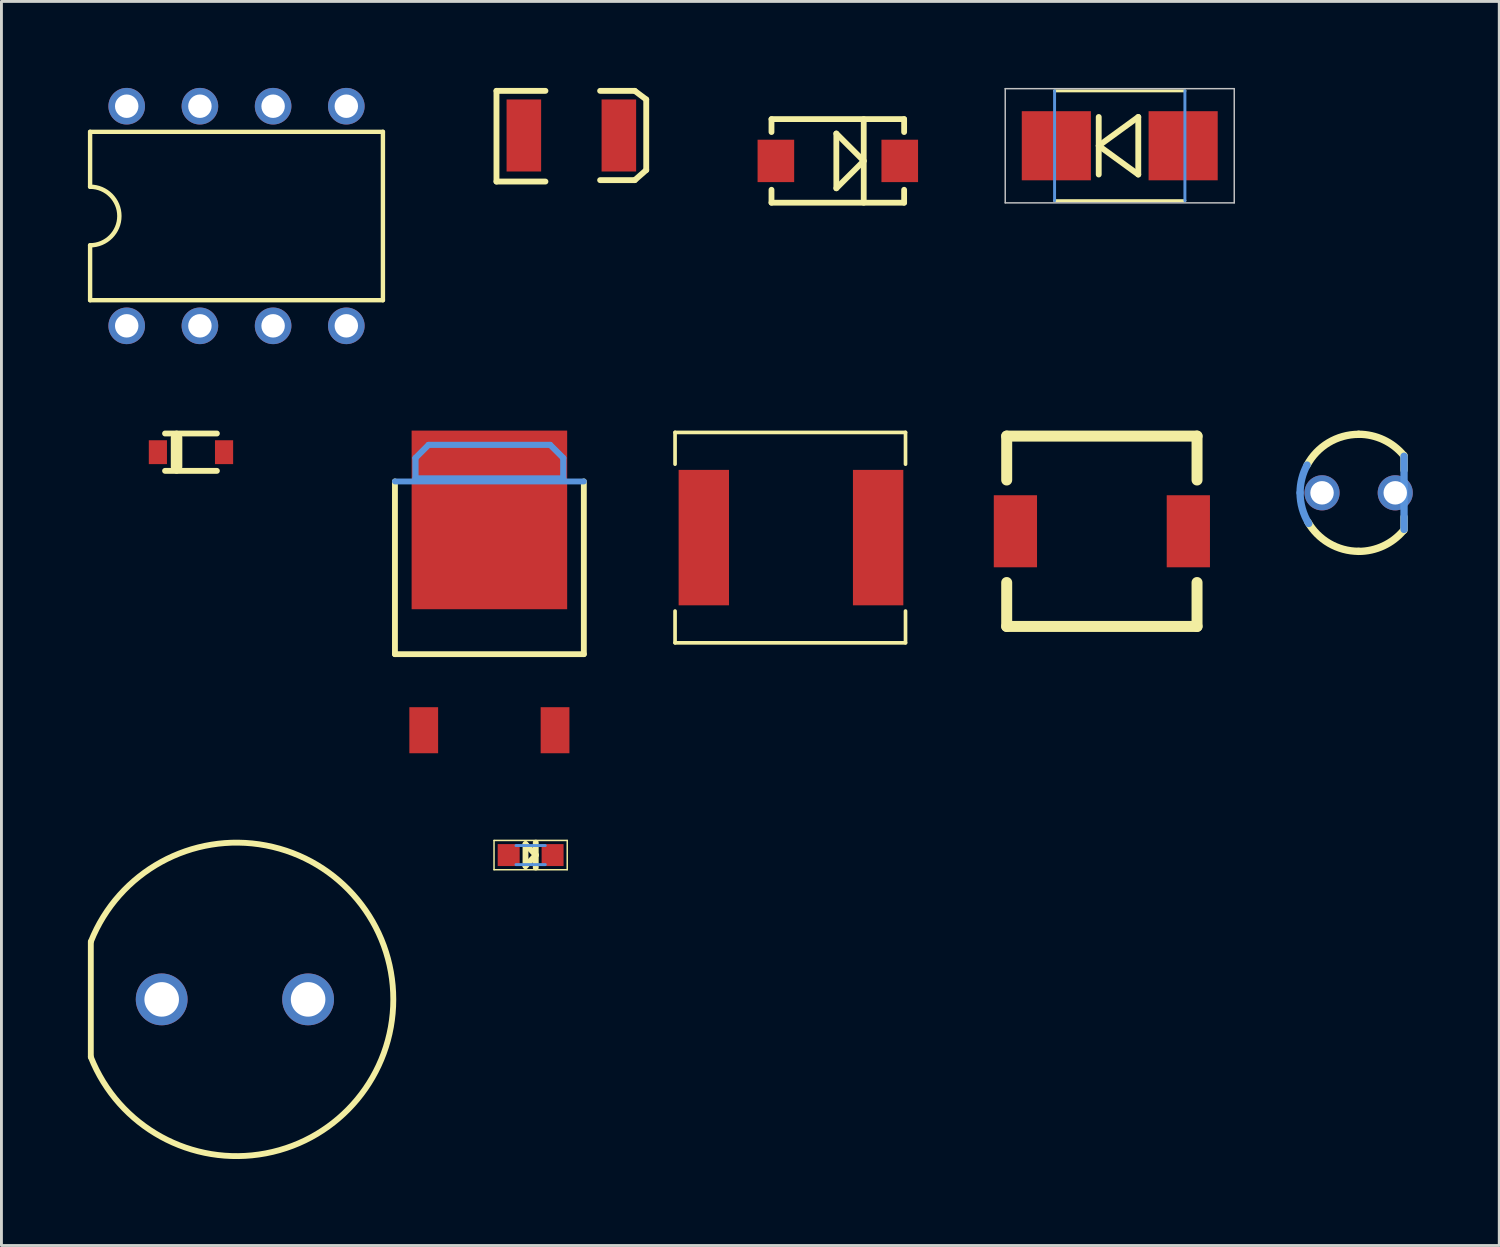
<source format=kicad_pcb>
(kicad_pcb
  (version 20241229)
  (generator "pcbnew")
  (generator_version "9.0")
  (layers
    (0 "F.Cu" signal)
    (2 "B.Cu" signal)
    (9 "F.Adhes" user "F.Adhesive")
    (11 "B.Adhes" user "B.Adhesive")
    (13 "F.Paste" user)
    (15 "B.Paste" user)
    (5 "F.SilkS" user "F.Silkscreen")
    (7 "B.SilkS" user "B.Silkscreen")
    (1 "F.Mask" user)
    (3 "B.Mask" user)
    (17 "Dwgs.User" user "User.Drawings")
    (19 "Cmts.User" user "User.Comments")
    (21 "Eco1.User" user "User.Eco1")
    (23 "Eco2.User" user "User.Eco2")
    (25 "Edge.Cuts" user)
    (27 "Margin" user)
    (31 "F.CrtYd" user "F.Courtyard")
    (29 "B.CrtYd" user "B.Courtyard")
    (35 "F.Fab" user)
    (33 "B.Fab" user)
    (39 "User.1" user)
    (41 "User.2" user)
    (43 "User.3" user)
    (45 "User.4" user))
  (footprint "LED-10MM"
    (layer "F.Cu")
    (at 5.1 31.625)
    (property "Reference" "LED-10MM" (at 0 0 0) (layer "Eco1.User") (effects (font (size 0.6 0.6) (thickness 0.1))))
    (attr through_hole)
    (fp_line (start -4.999 -1.999) (end -4.999 1.999) (stroke (width 0.203) (type solid)) (layer "F.SilkS"))
    (fp_arc (start -4.996472 -2.004657) (mid 5.496303 0.003053) (end -4.99872 1.99898) (stroke (width 0.2032) (type solid)) (layer "F.SilkS"))
    (pad "A" thru_hole oval (at 2.54 0) (size 1.798 1.798) (drill 1.199) (layers "*.Cu" "*.Mask"))
    (pad "K" thru_hole oval (at -2.54 0) (size 1.798 1.798) (drill 1.199) (layers "*.Cu" "*.Mask")))
  (footprint "LED-3MM"
    (layer "F.Cu")
    (at 44.09 14.049)
    (property "Reference" "LED-3MM" (at 0 1.27 0) (layer "Eco1.User") (effects (font (size 0.5 0.5) (thickness 0.075))))
    (attr through_hole)
    (fp_line (start 1.575 -1.295) (end 1.575 -0.787) (stroke (width 0.254) (type solid)) (layer "F.SilkS"))
    (fp_line (start 1.575 1.295) (end 1.575 0.838) (stroke (width 0.254) (type solid)) (layer "F.SilkS"))
    (fp_arc (start -1.7907 -0.95504) (mid -1.044567 -1.739997) (end -0.000975 -2.02946) (stroke (width 0.254) (type solid)) (layer "F.SilkS"))
    (fp_arc (start -0.003213 2.029539) (mid -1.020615 1.754247) (end -1.76276 1.00584) (stroke (width 0.254) (type solid)) (layer "F.SilkS"))
    (fp_arc (start 0 -2.032) (mid 0.860367 -1.840867) (end 1.55888 -1.303426) (stroke (width 0.254) (type solid)) (layer "F.SilkS"))
    (fp_arc (start 1.549742 1.314277) (mid 0.853936 1.843859) (end 0 2.032) (stroke (width 0.254) (type solid)) (layer "F.SilkS"))
    (fp_line (start 1.575 1.27) (end 1.575 -1.27) (stroke (width 0.254) (type solid)) (layer "Cmts.User"))
    (fp_arc (start -2.032 0) (mid -1.970347 -0.496745) (end -1.78913 -0.963347) (stroke (width 0.254) (type solid)) (layer "Cmts.User"))
    (fp_arc (start -1.730709 1.064739) (mid -1.955227 0.553273) (end -2.032 0) (stroke (width 0.254) (type solid)) (layer "Cmts.User"))
    (pad "A" thru_hole oval (at -1.27 0) (size 1.219 1.219) (drill 0.813) (layers "*.Cu" "*.Mask"))
    (pad "K" thru_hole oval (at 1.27 0) (size 1.219 1.219) (drill 0.813) (layers "*.Cu" "*.Mask")))
  (footprint "IND_CR75"
    (layer "F.Cu")
    (at 21.37 15.603)
    (property "Reference" "IND_CR75" (at 2.286 0 90) (layer "Eco1.User") (effects (font (size 0.6 0.6) (thickness 0.1))))
    (attr through_hole)
    (fp_line (start -0.998 -3.65) (end -0.998 -2.548) (stroke (width 0.127) (type solid)) (layer "F.SilkS"))
    (fp_line (start -0.998 -3.65) (end 6.998 -3.65) (stroke (width 0.127) (type solid)) (layer "F.SilkS"))
    (fp_line (start -0.998 3.65) (end -0.998 2.548) (stroke (width 0.127) (type solid)) (layer "F.SilkS"))
    (fp_line (start -0.998 3.65) (end 6.998 3.65) (stroke (width 0.127) (type solid)) (layer "F.SilkS"))
    (fp_line (start 6.998 -3.65) (end 6.998 -2.548) (stroke (width 0.127) (type solid)) (layer "F.SilkS"))
    (fp_line (start 6.998 3.65) (end 6.998 2.548) (stroke (width 0.127) (type solid)) (layer "F.SilkS"))
    (pad "1" smd rect (at 0 0 90) (size 4.699 1.748) (layers "F.Cu" "F.Mask" "F.Paste"))
    (pad "2" smd rect (at 6.048 0 90) (size 4.699 1.748) (layers "F.Cu" "F.Mask" "F.Paste")))
  (footprint "DIODE_SOD-323"
    (layer "F.Cu")
    (at 3.576 12.639)
    (property "Reference" "DIODE_SOD-323" (at 0.2 0 0) (layer "Eco1.User") (effects (font (size 0.6 0.6) (thickness 0.1))))
    (attr through_hole)
    (fp_line (start -0.899 -0.648) (end -0.498 -0.648) (stroke (width 0.203) (type solid)) (layer "F.SilkS"))
    (fp_line (start -0.899 0.648) (end -0.498 0.648) (stroke (width 0.203) (type solid)) (layer "F.SilkS"))
    (fp_line (start -0.5 -0.5) (end -0.5 0.5) (stroke (width 0.4) (type solid)) (layer "F.SilkS"))
    (fp_line (start -0.498 -0.648) (end 0.899 -0.648) (stroke (width 0.203) (type solid)) (layer "F.SilkS"))
    (fp_line (start -0.498 0.648) (end 0.899 0.648) (stroke (width 0.203) (type solid)) (layer "F.SilkS"))
    (pad "A" smd rect (at 1.148 0) (size 0.63 0.828) (layers "F.Cu" "F.Mask" "F.Paste"))
    (pad "K" smd rect (at -1.148 0) (size 0.63 0.828) (layers "F.Cu" "F.Mask" "F.Paste")))
  (footprint "DPAK"
    (layer "F.Cu")
    (at 13.93 17.488)
    (property "Reference" "DPAK" (at 0 3.048 0) (layer "Eco1.User") (effects (font (size 1.27 1.27) (thickness 0.102))))
    (attr through_hole)
    (fp_line (start -3.277 2.159) (end -3.277 -3.835) (stroke (width 0.203) (type solid)) (layer "F.SilkS"))
    (fp_line (start 3.277 -3.835) (end 3.277 2.159) (stroke (width 0.203) (type solid)) (layer "F.SilkS"))
    (fp_line (start 3.277 2.159) (end -3.277 2.159) (stroke (width 0.203) (type solid)) (layer "F.SilkS"))
    (fp_line (start -3.277 -3.833) (end 3.277 -3.833) (stroke (width 0.203) (type solid)) (layer "Cmts.User"))
    (fp_line (start -2.565 -4.648) (end -2.108 -5.105) (stroke (width 0.198) (type solid)) (layer "Cmts.User"))
    (fp_line (start -2.565 -4.648) (end -2.108 -5.105) (stroke (width 0.203) (type solid)) (layer "Cmts.User"))
    (fp_line (start -2.565 -3.937) (end -2.565 -4.648) (stroke (width 0.198) (type solid)) (layer "Cmts.User"))
    (fp_line (start -2.565 -3.937) (end -2.565 -4.648) (stroke (width 0.203) (type solid)) (layer "Cmts.User"))
    (fp_line (start -2.108 -5.105) (end 2.108 -5.105) (stroke (width 0.198) (type solid)) (layer "Cmts.User"))
    (fp_line (start -2.108 -5.105) (end 2.108 -5.105) (stroke (width 0.203) (type solid)) (layer "Cmts.User"))
    (fp_line (start 2.108 -5.105) (end 2.565 -4.648) (stroke (width 0.198) (type solid)) (layer "Cmts.User"))
    (fp_line (start 2.108 -5.105) (end 2.565 -4.648) (stroke (width 0.203) (type solid)) (layer "Cmts.User"))
    (fp_line (start 2.565 -4.648) (end 2.565 -3.937) (stroke (width 0.198) (type solid)) (layer "Cmts.User"))
    (fp_line (start 2.565 -4.648) (end 2.565 -3.937) (stroke (width 0.203) (type solid)) (layer "Cmts.User"))
    (fp_line (start 2.565 -3.937) (end -2.565 -3.937) (stroke (width 0.198) (type solid)) (layer "Cmts.User"))
    (fp_line (start 2.565 -3.937) (end -2.565 -3.937) (stroke (width 0.203) (type solid)) (layer "Cmts.User"))
    (pad "1" smd rect (at -2.278 4.798) (size 0.998 1.598) (layers "F.Cu" "F.Mask" "F.Paste"))
    (pad "2" smd rect (at 0 -2.499) (size 5.397 6.198) (layers "F.Cu" "F.Mask" "F.Paste"))
    (pad "3" smd rect (at 2.278 4.798) (size 0.998 1.598) (layers "F.Cu" "F.Mask" "F.Paste")))
  (footprint "DIODE_SMB"
    (layer "F.Cu")
    (at 35.801 2.007)
    (property "Reference" "DIODE_SMB" (at 0 -1.45 0) (layer "Eco1.User") (effects (font (size 0.6 0.6) (thickness 0.1))))
    (attr through_hole)
    (fp_line (start -2.261 -1.905) (end 2.261 -1.905) (stroke (width 0.102) (type solid)) (layer "F.SilkS"))
    (fp_line (start -2.261 1.905) (end 2.261 1.905) (stroke (width 0.102) (type solid)) (layer "F.SilkS"))
    (fp_line (start -0.729 -0.998) (end -0.729 0.998) (stroke (width 0.203) (type solid)) (layer "F.SilkS"))
    (fp_line (start -0.729 0) (end 0.643 0.998) (stroke (width 0.203) (type solid)) (layer "F.SilkS"))
    (fp_line (start 0.643 -0.998) (end -0.729 0) (stroke (width 0.203) (type solid)) (layer "F.SilkS"))
    (fp_line (start 0.643 0.998) (end 0.643 -0.998) (stroke (width 0.203) (type solid)) (layer "F.SilkS"))
    (fp_line (start -3.973 -1.981) (end 3.973 -1.981) (stroke (width 0.051) (type solid)) (layer "Dwgs.User"))
    (fp_line (start -3.973 1.981) (end -3.973 -1.981) (stroke (width 0.051) (type solid)) (layer "Dwgs.User"))
    (fp_line (start 3.973 -1.981) (end 3.973 1.981) (stroke (width 0.051) (type solid)) (layer "Dwgs.User"))
    (fp_line (start 3.973 1.981) (end -3.973 1.981) (stroke (width 0.051) (type solid)) (layer "Dwgs.User"))
    (fp_line (start -2.261 1.905) (end -2.261 -1.905) (stroke (width 0.102) (type solid)) (layer "Cmts.User"))
    (fp_line (start 2.261 1.905) (end 2.261 -1.905) (stroke (width 0.102) (type solid)) (layer "Cmts.User"))
    (pad "A" smd rect (at 2.2 0) (size 2.398 2.398) (layers "F.Cu" "F.Mask" "F.Paste"))
    (pad "K" smd rect (at -2.2 0) (size 2.398 2.398) (layers "F.Cu" "F.Mask" "F.Paste")))
  (footprint "DIODE_EIA3528"
    (layer "F.Cu")
    (at 16.774 1.651)
    (property "Reference" "DIODE_EIA3528" (at 0 0 0) (layer "Eco1.User") (effects (font (size 0.6 0.6) (thickness 0.1))))
    (attr through_hole)
    (fp_line (start -2.598 -1.549) (end -0.899 -1.549) (stroke (width 0.203) (type solid)) (layer "F.SilkS"))
    (fp_line (start -2.598 1.598) (end -2.598 -1.549) (stroke (width 0.203) (type solid)) (layer "F.SilkS"))
    (fp_line (start -0.899 1.598) (end -2.598 1.598) (stroke (width 0.203) (type solid)) (layer "F.SilkS"))
    (fp_line (start 0.998 1.549) (end 2.2 1.549) (stroke (width 0.203) (type solid)) (layer "F.SilkS"))
    (fp_line (start 2.2 -1.549) (end 0.998 -1.549) (stroke (width 0.203) (type solid)) (layer "F.SilkS"))
    (fp_line (start 2.2 1.549) (end 2.598 1.199) (stroke (width 0.203) (type solid)) (layer "F.SilkS"))
    (fp_line (start 2.598 -1.25) (end 2.2 -1.549) (stroke (width 0.203) (type solid)) (layer "F.SilkS"))
    (fp_line (start 2.598 1.199) (end 2.598 -1.25) (stroke (width 0.203) (type solid)) (layer "F.SilkS"))
    (pad "A" smd rect (at 1.648 0 90) (size 2.499 1.199) (layers "F.Cu" "F.Mask" "F.Paste"))
    (pad "K" smd rect (at -1.648 0 90) (size 2.499 1.199) (layers "F.Cu" "F.Mask" "F.Paste")))
  (footprint "DIL08"
    (layer "F.Cu")
    (at 5.156 4.445)
    (property "Reference" "DIL08" (at 0 -0.762 180) (layer "Eco1.User") (effects (font (size 1.27 1.27) (thickness 0.127))))
    (attr through_hole)
    (fp_line (start -5.08 -2.921) (end -5.08 -1.016) (stroke (width 0.152) (type solid)) (layer "F.SilkS"))
    (fp_line (start -5.08 2.921) (end -5.08 1.016) (stroke (width 0.152) (type solid)) (layer "F.SilkS"))
    (fp_line (start -5.08 2.921) (end 5.08 2.921) (stroke (width 0.152) (type solid)) (layer "F.SilkS"))
    (fp_line (start 5.08 -2.921) (end -5.08 -2.921) (stroke (width 0.152) (type solid)) (layer "F.SilkS"))
    (fp_line (start 5.08 -2.921) (end 5.08 2.921) (stroke (width 0.152) (type solid)) (layer "F.SilkS"))
    (fp_arc (start -5.08 -1.016) (mid -4.064 0) (end -5.08 1.016) (stroke (width 0.1524) (type solid)) (layer "F.SilkS"))
    (pad "1" thru_hole oval (at -3.81 3.81 90) (size 1.27 1.27) (drill 0.813) (layers "*.Cu" "*.Mask"))
    (pad "2" thru_hole oval (at -1.27 3.81 90) (size 1.27 1.27) (drill 0.813) (layers "*.Cu" "*.Mask"))
    (pad "3" thru_hole oval (at 1.27 3.81 90) (size 1.27 1.27) (drill 0.813) (layers "*.Cu" "*.Mask"))
    (pad "4" thru_hole oval (at 3.81 3.81 90) (size 1.27 1.27) (drill 0.813) (layers "*.Cu" "*.Mask"))
    (pad "5" thru_hole oval (at 3.81 -3.81 90) (size 1.27 1.27) (drill 0.813) (layers "*.Cu" "*.Mask"))
    (pad "6" thru_hole oval (at 1.27 -3.81 90) (size 1.27 1.27) (drill 0.813) (layers "*.Cu" "*.Mask"))
    (pad "7" thru_hole oval (at -1.27 -3.81 90) (size 1.27 1.27) (drill 0.813) (layers "*.Cu" "*.Mask"))
    (pad "8" thru_hole oval (at -3.81 -3.81 90) (size 1.27 1.27) (drill 0.813) (layers "*.Cu" "*.Mask")))
  (footprint "DIODE_SMA"
    (layer "F.Cu")
    (at 26.019 2.533)
    (property "Reference" "DIODE_SMA" (at -0.7 0 90) (layer "Eco1.User") (effects (font (size 0.6 0.6) (thickness 0.1))))
    (attr smd)
    (fp_line (start -2.301 -1.45) (end -2.301 -1.001) (stroke (width 0.201) (type solid)) (layer "F.SilkS"))
    (fp_line (start -2.301 -1.45) (end 2.301 -1.45) (stroke (width 0.201) (type solid)) (layer "F.SilkS"))
    (fp_line (start -2.301 1.45) (end -2.301 1.001) (stroke (width 0.201) (type solid)) (layer "F.SilkS"))
    (fp_line (start -2.301 1.45) (end 2.301 1.45) (stroke (width 0.201) (type solid)) (layer "F.SilkS"))
    (fp_line (start -0.051 0.95) (end -0.051 -0.95) (stroke (width 0.201) (type solid)) (layer "F.SilkS"))
    (fp_line (start 0.899 -1.45) (end 0.899 1.45) (stroke (width 0.201) (type solid)) (layer "F.SilkS"))
    (fp_line (start 0.899 0) (end -0.051 -0.95) (stroke (width 0.201) (type solid)) (layer "F.SilkS"))
    (fp_line (start 0.899 0) (end -0.051 0.95) (stroke (width 0.201) (type solid)) (layer "F.SilkS"))
    (fp_line (start 2.301 -1.45) (end 2.301 -1.001) (stroke (width 0.201) (type solid)) (layer "F.SilkS"))
    (fp_line (start 2.301 1.45) (end 2.301 1.001) (stroke (width 0.201) (type solid)) (layer "F.SilkS"))
    (pad "A" smd rect (at -2.149 0) (size 1.27 1.471) (layers "F.Cu" "F.Mask" "F.Paste"))
    (pad "K" smd rect (at 2.149 0) (size 1.27 1.471) (layers "F.Cu" "F.Mask" "F.Paste")))
  (footprint "IND_SRR0604"
    (layer "F.Cu")
    (at 35.181 15.383)
    (property "Reference" "IND_SRR0604" (at 0 -2.286 0) (layer "Eco1.User") (effects (font (size 0.6 0.6) (thickness 0.1))))
    (attr through_hole)
    (fp_line (start -3.302 -3.302) (end 3.302 -3.302) (stroke (width 0.381) (type solid)) (layer "F.SilkS"))
    (fp_line (start -3.302 -1.778) (end -3.302 -3.302) (stroke (width 0.381) (type solid)) (layer "F.SilkS"))
    (fp_line (start -3.302 1.778) (end -3.302 3.302) (stroke (width 0.381) (type solid)) (layer "F.SilkS"))
    (fp_line (start -3.302 3.302) (end 3.302 3.302) (stroke (width 0.381) (type solid)) (layer "F.SilkS"))
    (fp_line (start 3.302 -3.302) (end 3.302 -1.778) (stroke (width 0.381) (type solid)) (layer "F.SilkS"))
    (fp_line (start 3.302 3.302) (end 3.302 1.778) (stroke (width 0.381) (type solid)) (layer "F.SilkS"))
    (pad "1" smd rect (at -3 0) (size 1.5 2.5) (layers "F.Cu" "F.Mask" "F.Paste"))
    (pad "2" smd rect (at 3 0) (size 1.5 2.5) (layers "F.Cu" "F.Mask" "F.Paste")))
  (footprint "LED-0603"
    (layer "F.Cu")
    (at 15.361 26.618)
    (property "Reference" "LED-0603" (at 0 0.9 0) (layer "Eco1.User") (effects (font (size 0.4 0.4) (thickness 0.1))))
    (attr through_hole)
    (fp_line (start -1.27 -0.508) (end 1.27 -0.508) (stroke (width 0.051) (type solid)) (layer "F.SilkS"))
    (fp_line (start -1.27 0.508) (end -1.27 -0.508) (stroke (width 0.051) (type solid)) (layer "F.SilkS"))
    (fp_line (start -0.178 -0.381) (end -0.178 0.381) (stroke (width 0.203) (type solid)) (layer "F.SilkS"))
    (fp_line (start 0.178 -0.432) (end 0.178 0) (stroke (width 0.203) (type solid)) (layer "F.SilkS"))
    (fp_line (start 0.178 0) (end -0.178 -0.381) (stroke (width 0.203) (type solid)) (layer "F.SilkS"))
    (fp_line (start 0.178 0) (end -0.178 0.381) (stroke (width 0.203) (type solid)) (layer "F.SilkS"))
    (fp_line (start 0.178 0.432) (end 0.178 0) (stroke (width 0.203) (type solid)) (layer "F.SilkS"))
    (fp_line (start 1.27 -0.508) (end 1.27 0.508) (stroke (width 0.051) (type solid)) (layer "F.SilkS"))
    (fp_line (start 1.27 0.508) (end -1.27 0.508) (stroke (width 0.051) (type solid)) (layer "F.SilkS"))
    (fp_line (start -0.508 -0.33) (end 0.508 -0.33) (stroke (width 0.102) (type solid)) (layer "Cmts.User"))
    (fp_line (start -0.508 0.33) (end 0.508 0.33) (stroke (width 0.102) (type solid)) (layer "Cmts.User"))
    (pad "A" smd rect (at -0.762 0) (size 0.762 0.762) (layers "F.Cu" "F.Mask" "F.Paste"))
    (pad "K" smd rect (at 0.762 0) (size 0.762 0.762) (layers "F.Cu" "F.Mask" "F.Paste")))
  (gr_rect
    (start -3 -3)
    (end 48.969 40.164)
    (stroke (width 0.1) (type default))
    (fill no)
    (layer "Edge.Cuts")))
</source>
